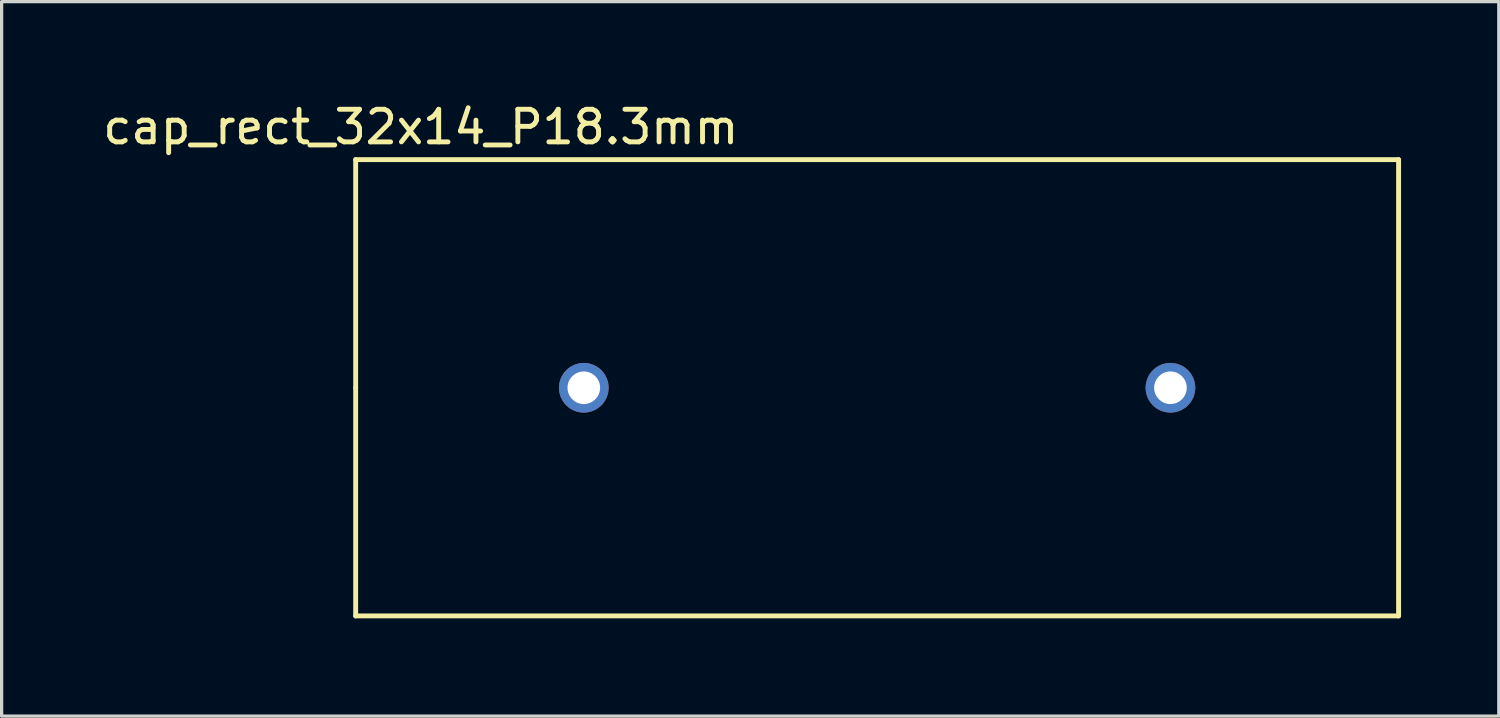
<source format=kicad_pcb>
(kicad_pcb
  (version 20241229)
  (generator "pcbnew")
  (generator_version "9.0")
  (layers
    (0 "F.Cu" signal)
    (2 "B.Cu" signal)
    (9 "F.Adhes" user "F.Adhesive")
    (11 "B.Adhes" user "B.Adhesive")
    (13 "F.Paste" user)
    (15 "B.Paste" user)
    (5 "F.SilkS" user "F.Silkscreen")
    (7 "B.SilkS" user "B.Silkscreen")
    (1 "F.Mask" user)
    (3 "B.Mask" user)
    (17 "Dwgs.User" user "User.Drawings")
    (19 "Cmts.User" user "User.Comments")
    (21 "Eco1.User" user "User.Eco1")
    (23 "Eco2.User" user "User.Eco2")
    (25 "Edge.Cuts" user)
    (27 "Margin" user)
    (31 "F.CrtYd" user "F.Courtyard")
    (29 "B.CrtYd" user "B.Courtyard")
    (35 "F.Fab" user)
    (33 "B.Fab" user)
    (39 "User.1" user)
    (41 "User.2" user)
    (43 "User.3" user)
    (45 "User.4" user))
  (footprint "cap_rect_32x14_P18.3mm"
    (layer "F.Cu")
    (at 14.863 8.848)
    (property "Reference" "cap_rect_32x14_P18.3mm" (at -5 -8 0) (layer "F.SilkS") (effects (font (size 1 1) (thickness 0.15))))
    (attr through_hole)
    (fp_line (start -7 -7) (end 25 -7) (stroke (width 0.15) (type solid)) (layer "F.SilkS"))
    (fp_line (start -7 0) (end -7 -7) (stroke (width 0.15) (type solid)) (layer "F.SilkS"))
    (fp_line (start -7 7) (end -7 0) (stroke (width 0.15) (type solid)) (layer "F.SilkS"))
    (fp_line (start 25 -7) (end 25 7) (stroke (width 0.15) (type solid)) (layer "F.SilkS"))
    (fp_line (start 25 7) (end -7 7) (stroke (width 0.15) (type solid)) (layer "F.SilkS"))
    (pad "1" thru_hole circle (at 0 0) (size 1.524 1.524) (drill 1) (layers "*.Cu" "*.Mask"))
    (pad "2" thru_hole circle (at 18 0) (size 1.524 1.524) (drill 1) (layers "*.Cu" "*.Mask")))
  (gr_rect
    (start -3 -3)
    (end 42.938 18.923)
    (stroke (width 0.1) (type default))
    (fill no)
    (layer "Edge.Cuts")))
</source>
